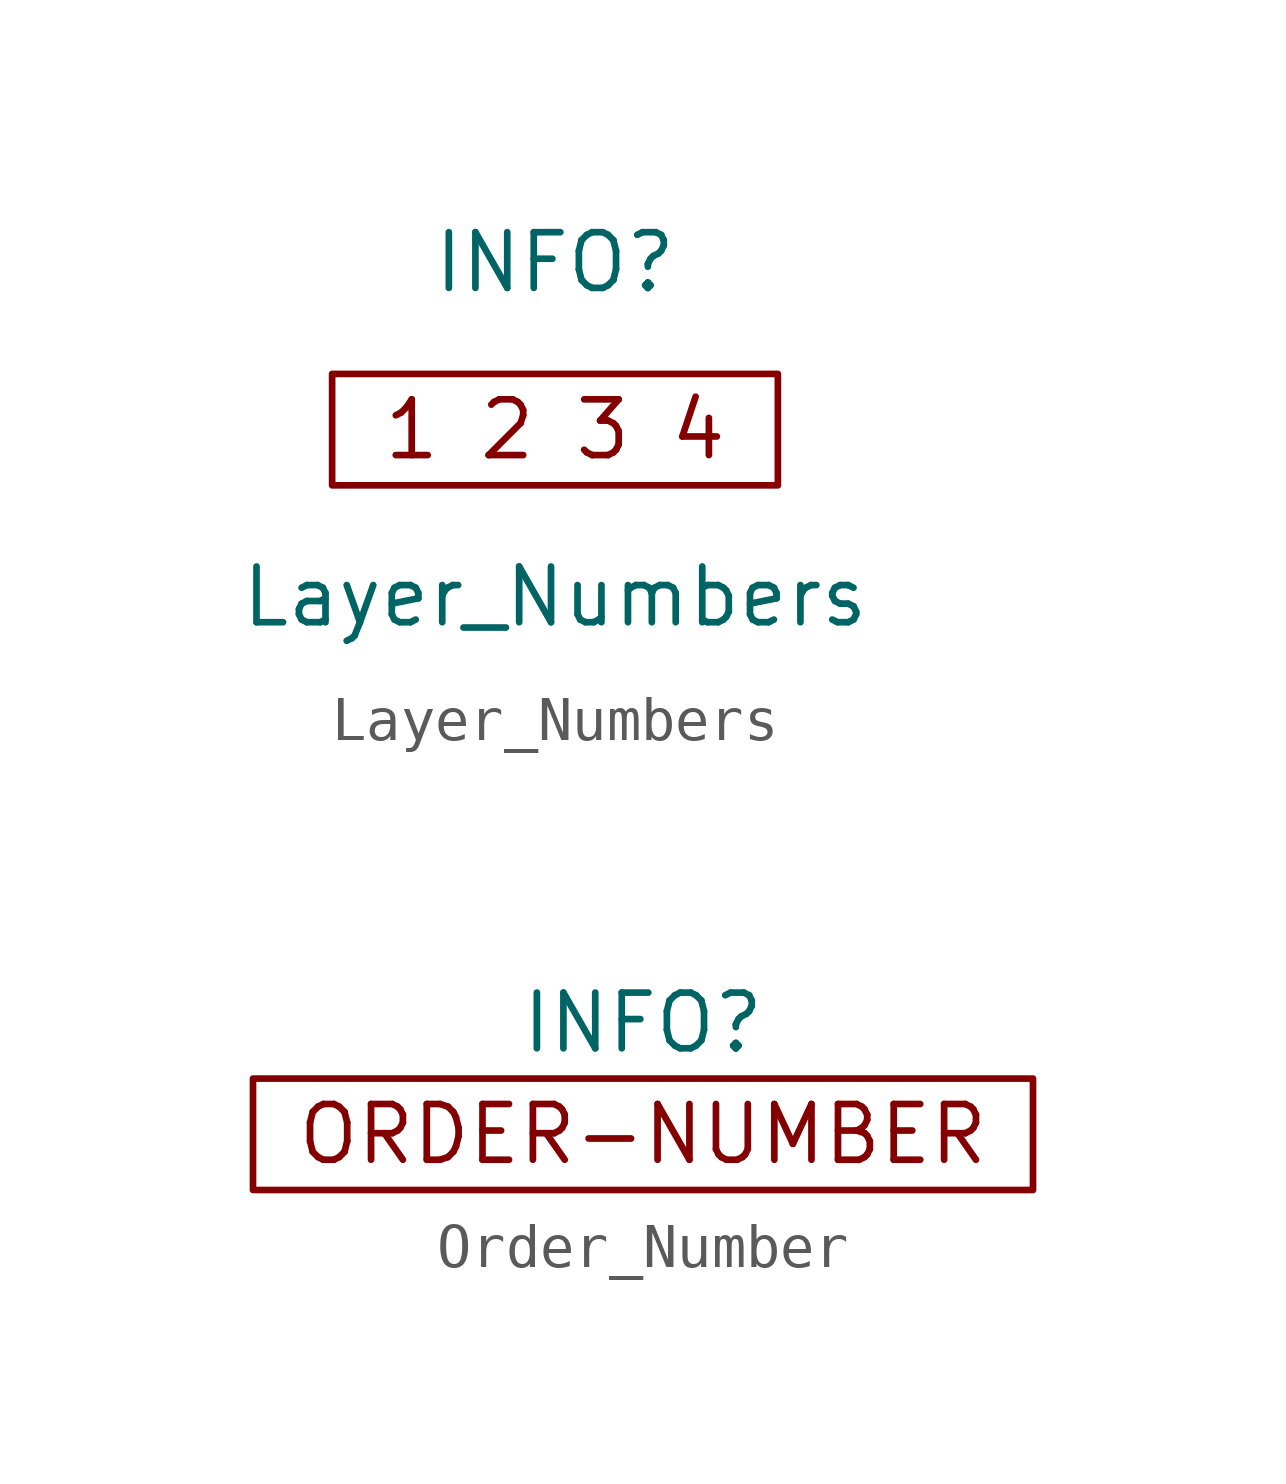
<source format=kicad_sym>
(kicad_symbol_lib
  (version 20220914)
  (generator kicad_symbol_editor)
  (symbol "Layer_Numbers"
    (property "Reference" "INFO"
      (at 0 3.81 0)
      (effects (font (size 1.27 1.27))))
    (property "Value" "Layer_Numbers"
      (at 0 -3.81 0)
      (effects (font (size 1.27 1.27))))
    (symbol "Layer_Numbers_0_0"
      (text "1 2 3 4" (at 0 0 0) (effects (font (size 1.27 1.27)))))
    (symbol "Layer_Numbers_0_1"
      (rectangle (start -5.08 1.27) (end 5.08 -1.27) (stroke (width 0) (type default)) (fill (type none)))))
  (symbol "Order_Number"
    (property "Reference" "INFO"
      (at 0 2.54 0)
      (effects (font (size 1.27 1.27))))
    (symbol "Order_Number_0_0"
      (text "ORDER-NUMBER" (at 0 0 0) (effects (font (size 1.27 1.27)))))
    (symbol "Order_Number_0_1"
      (rectangle (start -8.89 1.27) (end 8.89 -1.27) (stroke (width 0) (type default)) (fill (type none))))))
</source>
